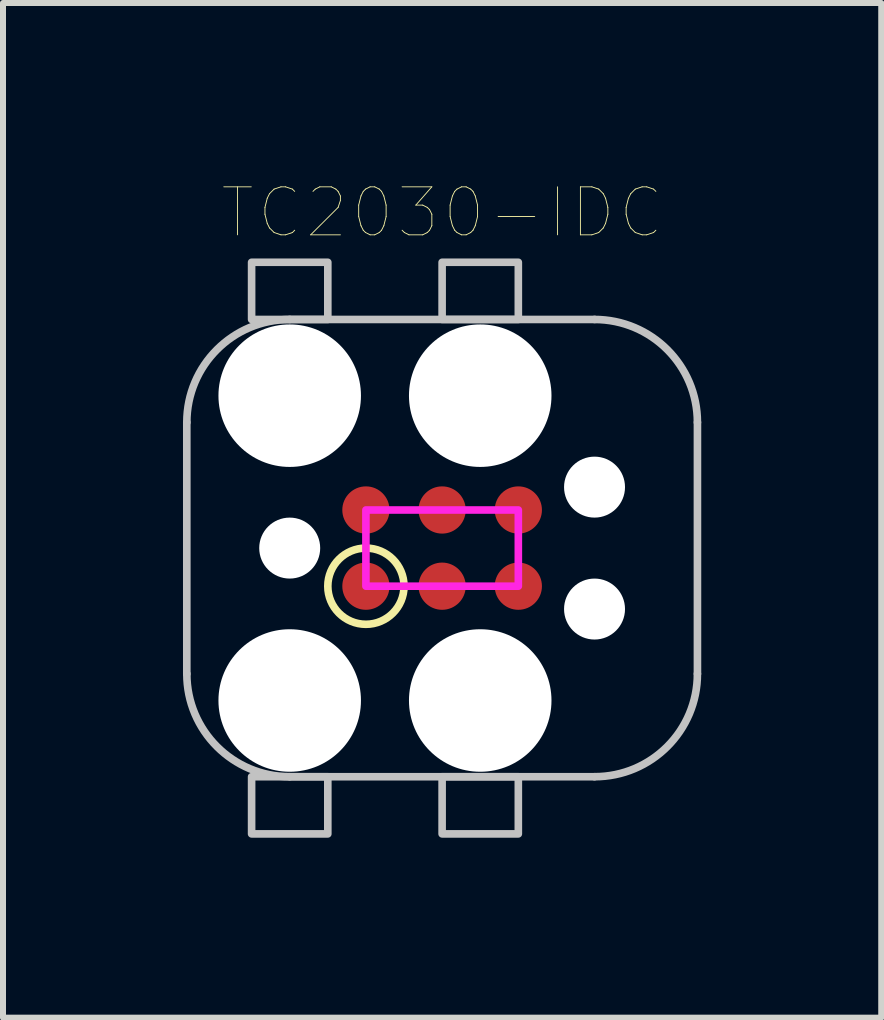
<source format=kicad_pcb>
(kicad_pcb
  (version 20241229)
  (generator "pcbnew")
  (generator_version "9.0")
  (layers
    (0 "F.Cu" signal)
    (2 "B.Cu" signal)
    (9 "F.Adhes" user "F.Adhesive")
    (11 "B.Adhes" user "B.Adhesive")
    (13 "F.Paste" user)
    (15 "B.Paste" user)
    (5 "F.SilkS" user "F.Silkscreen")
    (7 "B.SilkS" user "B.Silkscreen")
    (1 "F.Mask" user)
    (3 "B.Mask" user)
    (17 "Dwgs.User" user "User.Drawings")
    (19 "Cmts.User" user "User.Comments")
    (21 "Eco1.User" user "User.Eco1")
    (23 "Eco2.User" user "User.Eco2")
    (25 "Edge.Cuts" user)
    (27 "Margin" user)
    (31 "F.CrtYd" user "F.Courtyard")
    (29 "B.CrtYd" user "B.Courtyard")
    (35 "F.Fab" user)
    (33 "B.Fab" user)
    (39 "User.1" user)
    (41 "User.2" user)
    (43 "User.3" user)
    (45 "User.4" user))
  (footprint "TC2030-IDC"
    (layer "F.Cu")
    (at 4.318 6.084)
    (property "Reference" "TC2030-IDC" (at 0 -5.59 0) (layer "F.SilkS") (effects (font (size 0.8 0.8) (thickness 0.015))))
    (attr through_hole)
    (fp_circle (center -1.27 0.635) (end -0.635 0.635) (stroke (width 0.127) (type solid)) (fill no) (layer "F.SilkS"))
    (fp_line (start -4.255 2.095) (end -4.255 -2.095) (stroke (width 0.127) (type solid)) (layer "Dwgs.User"))
    (fp_line (start -2.54 -3.81) (end 2.54 -3.81) (stroke (width 0.127) (type solid)) (layer "Dwgs.User"))
    (fp_line (start 2.54 3.81) (end -2.54 3.81) (stroke (width 0.127) (type solid)) (layer "Dwgs.User"))
    (fp_line (start 4.255 -2.095) (end 4.255 2.095) (stroke (width 0.127) (type solid)) (layer "Dwgs.User"))
    (fp_arc (start -4.2545 -2.0955) (mid -3.752335 -3.307835) (end -2.54 -3.81) (stroke (width 0.127) (type solid)) (layer "Dwgs.User"))
    (fp_arc (start -2.54 3.81) (mid -3.752335 3.307835) (end -4.2545 2.0955) (stroke (width 0.127) (type solid)) (layer "Dwgs.User"))
    (fp_arc (start 2.54 -3.81) (mid 3.752335 -3.307835) (end 4.2545 -2.0955) (stroke (width 0.127) (type solid)) (layer "Dwgs.User"))
    (fp_arc (start 4.2545 2.0955) (mid 3.752335 3.307835) (end 2.54 3.81) (stroke (width 0.127) (type solid)) (layer "Dwgs.User"))
    (fp_poly (pts (xy -3.175 3.81) (xy -1.905 3.81) (xy -1.905 4.763) (xy -3.175 4.763)) (stroke (width 0.127) (type solid)) (fill no) (layer "Dwgs.User"))
    (fp_poly (pts (xy -1.905 -3.81) (xy -3.175 -3.81) (xy -3.175 -4.763) (xy -1.905 -4.763)) (stroke (width 0.127) (type solid)) (fill no) (layer "Dwgs.User"))
    (fp_poly (pts (xy 0 -3.81) (xy 1.27 -3.81) (xy 1.27 -4.763) (xy 0 -4.763)) (stroke (width 0.127) (type solid)) (fill no) (layer "Dwgs.User"))
    (fp_poly (pts (xy 0 3.81) (xy 1.27 3.81) (xy 1.27 4.763) (xy 0 4.763)) (stroke (width 0.127) (type solid)) (fill no) (layer "Dwgs.User"))
    (fp_poly (pts (xy -1.27 -0.635) (xy 1.27 -0.635) (xy 1.27 0.635) (xy -1.27 0.635)) (stroke (width 0.127) (type solid)) (fill no) (layer "F.CrtYd"))
    (pad "" np_thru_hole circle (at -2.54 -2.54) (size 2.375 2.375) (drill 2.375) (layers "*.Cu" "*.Mask"))
    (pad "" np_thru_hole circle (at -2.54 0) (size 1.016 1.016) (drill 1.016) (layers "*.Cu" "*.Mask"))
    (pad "" np_thru_hole circle (at -2.54 2.54) (size 2.375 2.375) (drill 2.375) (layers "*.Cu" "*.Mask"))
    (pad "" np_thru_hole circle (at 0.635 -2.54) (size 2.375 2.375) (drill 2.375) (layers "*.Cu" "*.Mask"))
    (pad "" np_thru_hole circle (at 0.635 2.54) (size 2.375 2.375) (drill 2.375) (layers "*.Cu" "*.Mask"))
    (pad "" np_thru_hole circle (at 2.54 -1.016) (size 1.016 1.016) (drill 1.016) (layers "*.Cu" "*.Mask"))
    (pad "" np_thru_hole circle (at 2.54 1.016) (size 1.016 1.016) (drill 1.016) (layers "*.Cu" "*.Mask"))
    (pad "1" smd circle (at -1.27 0.635) (size 0.787 0.787) (layers "F.Cu" "F.Mask"))
    (pad "2" smd circle (at -1.27 -0.635) (size 0.787 0.787) (layers "F.Cu" "F.Mask"))
    (pad "3" smd circle (at 0 0.635) (size 0.787 0.787) (layers "F.Cu" "F.Mask"))
    (pad "4" smd circle (at 0 -0.635) (size 0.787 0.787) (layers "F.Cu" "F.Mask"))
    (pad "5" smd circle (at 1.27 0.635) (size 0.787 0.787) (layers "F.Cu" "F.Mask"))
    (pad "6" smd circle (at 1.27 -0.635) (size 0.787 0.787) (layers "F.Cu" "F.Mask")))
  (gr_rect
    (start -3 -3)
    (end 11.636 13.91)
    (stroke (width 0.1) (type default))
    (fill no)
    (layer "Edge.Cuts")))
</source>
